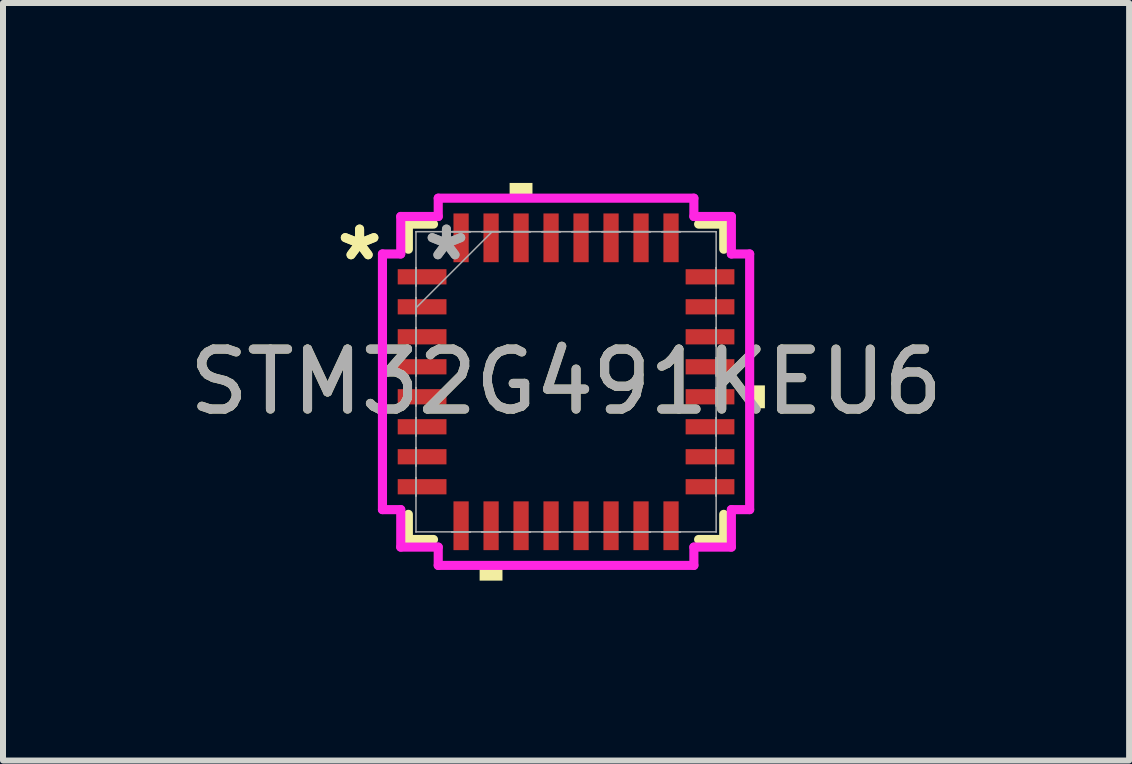
<source format=kicad_pcb>
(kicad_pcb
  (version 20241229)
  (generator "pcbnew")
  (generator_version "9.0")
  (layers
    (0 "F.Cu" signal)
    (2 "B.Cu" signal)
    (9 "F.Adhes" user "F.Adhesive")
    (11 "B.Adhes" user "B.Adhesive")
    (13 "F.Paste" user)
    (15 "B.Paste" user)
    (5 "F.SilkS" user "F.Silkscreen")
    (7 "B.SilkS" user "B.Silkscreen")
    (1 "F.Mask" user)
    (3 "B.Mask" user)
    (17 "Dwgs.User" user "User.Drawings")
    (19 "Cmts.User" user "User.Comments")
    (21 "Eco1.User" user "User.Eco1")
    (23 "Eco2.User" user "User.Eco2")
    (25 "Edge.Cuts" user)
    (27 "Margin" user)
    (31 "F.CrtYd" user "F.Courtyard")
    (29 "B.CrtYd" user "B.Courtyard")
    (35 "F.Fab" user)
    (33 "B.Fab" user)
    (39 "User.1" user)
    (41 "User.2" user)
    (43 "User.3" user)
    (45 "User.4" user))
  (footprint "STM32G491KEU6"
    (layer "F.Cu")
    (at 6.387 3.315)
    (property "Reference" "STM32G491KEU6" (at 0 0 0) (unlocked yes) (layer "F.SilkS") (effects (font (size 1 1) (thickness 0.15))))
    (attr smd)
    (fp_line (start -2.629 -2.629) (end -2.629 -2.21) (stroke (width 0.152) (type solid)) (layer "F.SilkS"))
    (fp_line (start -2.629 2.21) (end -2.629 2.629) (stroke (width 0.152) (type solid)) (layer "F.SilkS"))
    (fp_line (start -2.629 2.629) (end -2.21 2.629) (stroke (width 0.152) (type solid)) (layer "F.SilkS"))
    (fp_line (start -2.21 -2.629) (end -2.629 -2.629) (stroke (width 0.152) (type solid)) (layer "F.SilkS"))
    (fp_line (start 2.21 2.629) (end 2.629 2.629) (stroke (width 0.152) (type solid)) (layer "F.SilkS"))
    (fp_line (start 2.629 -2.629) (end 2.21 -2.629) (stroke (width 0.152) (type solid)) (layer "F.SilkS"))
    (fp_line (start 2.629 -2.21) (end 2.629 -2.629) (stroke (width 0.152) (type solid)) (layer "F.SilkS"))
    (fp_line (start 2.629 2.629) (end 2.629 2.21) (stroke (width 0.152) (type solid)) (layer "F.SilkS"))
    (fp_poly (pts (xy -1.441 3.061) (xy -1.441 3.315) (xy -1.06 3.315) (xy -1.06 3.061)) (stroke (width 0) (type solid)) (fill yes) (layer "F.SilkS"))
    (fp_poly (pts (xy -0.941 -3.061) (xy -0.941 -3.315) (xy -0.56 -3.315) (xy -0.56 -3.061)) (stroke (width 0) (type solid)) (fill yes) (layer "F.SilkS"))
    (fp_poly (pts (xy 3.315 0.06) (xy 3.315 0.441) (xy 3.061 0.441) (xy 3.061 0.06)) (stroke (width 0) (type solid)) (fill yes) (layer "F.SilkS"))
    (fp_line (start -3.061 -2.131) (end -2.756 -2.131) (stroke (width 0.152) (type solid)) (layer "F.CrtYd"))
    (fp_line (start -3.061 2.131) (end -3.061 -2.131) (stroke (width 0.152) (type solid)) (layer "F.CrtYd"))
    (fp_line (start -2.756 -2.756) (end -2.131 -2.756) (stroke (width 0.152) (type solid)) (layer "F.CrtYd"))
    (fp_line (start -2.756 -2.131) (end -2.756 -2.756) (stroke (width 0.152) (type solid)) (layer "F.CrtYd"))
    (fp_line (start -2.756 2.131) (end -3.061 2.131) (stroke (width 0.152) (type solid)) (layer "F.CrtYd"))
    (fp_line (start -2.756 2.756) (end -2.756 2.131) (stroke (width 0.152) (type solid)) (layer "F.CrtYd"))
    (fp_line (start -2.131 -3.061) (end 2.131 -3.061) (stroke (width 0.152) (type solid)) (layer "F.CrtYd"))
    (fp_line (start -2.131 -2.756) (end -2.131 -3.061) (stroke (width 0.152) (type solid)) (layer "F.CrtYd"))
    (fp_line (start -2.131 2.756) (end -2.756 2.756) (stroke (width 0.152) (type solid)) (layer "F.CrtYd"))
    (fp_line (start -2.131 3.061) (end -2.131 2.756) (stroke (width 0.152) (type solid)) (layer "F.CrtYd"))
    (fp_line (start 2.131 -3.061) (end 2.131 -2.756) (stroke (width 0.152) (type solid)) (layer "F.CrtYd"))
    (fp_line (start 2.131 -2.756) (end 2.756 -2.756) (stroke (width 0.152) (type solid)) (layer "F.CrtYd"))
    (fp_line (start 2.131 2.756) (end 2.131 3.061) (stroke (width 0.152) (type solid)) (layer "F.CrtYd"))
    (fp_line (start 2.131 3.061) (end -2.131 3.061) (stroke (width 0.152) (type solid)) (layer "F.CrtYd"))
    (fp_line (start 2.756 -2.756) (end 2.756 -2.131) (stroke (width 0.152) (type solid)) (layer "F.CrtYd"))
    (fp_line (start 2.756 -2.131) (end 3.061 -2.131) (stroke (width 0.152) (type solid)) (layer "F.CrtYd"))
    (fp_line (start 2.756 2.131) (end 2.756 2.756) (stroke (width 0.152) (type solid)) (layer "F.CrtYd"))
    (fp_line (start 2.756 2.756) (end 2.131 2.756) (stroke (width 0.152) (type solid)) (layer "F.CrtYd"))
    (fp_line (start 3.061 -2.131) (end 3.061 2.131) (stroke (width 0.152) (type solid)) (layer "F.CrtYd"))
    (fp_line (start 3.061 2.131) (end 2.756 2.131) (stroke (width 0.152) (type solid)) (layer "F.CrtYd"))
    (fp_line (start -2.502 -2.502) (end -2.502 -2.502) (stroke (width 0.025) (type solid)) (layer "F.Fab"))
    (fp_line (start -2.502 -2.502) (end -2.502 2.502) (stroke (width 0.025) (type solid)) (layer "F.Fab"))
    (fp_line (start -2.502 -1.903) (end -2.502 -1.903) (stroke (width 0.025) (type solid)) (layer "F.Fab"))
    (fp_line (start -2.502 -1.903) (end -2.502 -1.598) (stroke (width 0.025) (type solid)) (layer "F.Fab"))
    (fp_line (start -2.502 -1.598) (end -2.502 -1.903) (stroke (width 0.025) (type solid)) (layer "F.Fab"))
    (fp_line (start -2.502 -1.598) (end -2.502 -1.598) (stroke (width 0.025) (type solid)) (layer "F.Fab"))
    (fp_line (start -2.502 -1.403) (end -2.502 -1.403) (stroke (width 0.025) (type solid)) (layer "F.Fab"))
    (fp_line (start -2.502 -1.403) (end -2.502 -1.098) (stroke (width 0.025) (type solid)) (layer "F.Fab"))
    (fp_line (start -2.502 -1.232) (end -1.232 -2.502) (stroke (width 0.025) (type solid)) (layer "F.Fab"))
    (fp_line (start -2.502 -1.098) (end -2.502 -1.403) (stroke (width 0.025) (type solid)) (layer "F.Fab"))
    (fp_line (start -2.502 -1.098) (end -2.502 -1.098) (stroke (width 0.025) (type solid)) (layer "F.Fab"))
    (fp_line (start -2.502 -0.903) (end -2.502 -0.903) (stroke (width 0.025) (type solid)) (layer "F.Fab"))
    (fp_line (start -2.502 -0.903) (end -2.502 -0.598) (stroke (width 0.025) (type solid)) (layer "F.Fab"))
    (fp_line (start -2.502 -0.598) (end -2.502 -0.903) (stroke (width 0.025) (type solid)) (layer "F.Fab"))
    (fp_line (start -2.502 -0.598) (end -2.502 -0.598) (stroke (width 0.025) (type solid)) (layer "F.Fab"))
    (fp_line (start -2.502 -0.402) (end -2.502 -0.402) (stroke (width 0.025) (type solid)) (layer "F.Fab"))
    (fp_line (start -2.502 -0.402) (end -2.502 -0.098) (stroke (width 0.025) (type solid)) (layer "F.Fab"))
    (fp_line (start -2.502 -0.098) (end -2.502 -0.402) (stroke (width 0.025) (type solid)) (layer "F.Fab"))
    (fp_line (start -2.502 -0.098) (end -2.502 -0.098) (stroke (width 0.025) (type solid)) (layer "F.Fab"))
    (fp_line (start -2.502 0.098) (end -2.502 0.098) (stroke (width 0.025) (type solid)) (layer "F.Fab"))
    (fp_line (start -2.502 0.098) (end -2.502 0.402) (stroke (width 0.025) (type solid)) (layer "F.Fab"))
    (fp_line (start -2.502 0.402) (end -2.502 0.098) (stroke (width 0.025) (type solid)) (layer "F.Fab"))
    (fp_line (start -2.502 0.402) (end -2.502 0.402) (stroke (width 0.025) (type solid)) (layer "F.Fab"))
    (fp_line (start -2.502 0.598) (end -2.502 0.598) (stroke (width 0.025) (type solid)) (layer "F.Fab"))
    (fp_line (start -2.502 0.598) (end -2.502 0.903) (stroke (width 0.025) (type solid)) (layer "F.Fab"))
    (fp_line (start -2.502 0.903) (end -2.502 0.598) (stroke (width 0.025) (type solid)) (layer "F.Fab"))
    (fp_line (start -2.502 0.903) (end -2.502 0.903) (stroke (width 0.025) (type solid)) (layer "F.Fab"))
    (fp_line (start -2.502 1.098) (end -2.502 1.098) (stroke (width 0.025) (type solid)) (layer "F.Fab"))
    (fp_line (start -2.502 1.098) (end -2.502 1.403) (stroke (width 0.025) (type solid)) (layer "F.Fab"))
    (fp_line (start -2.502 1.403) (end -2.502 1.098) (stroke (width 0.025) (type solid)) (layer "F.Fab"))
    (fp_line (start -2.502 1.403) (end -2.502 1.403) (stroke (width 0.025) (type solid)) (layer "F.Fab"))
    (fp_line (start -2.502 1.598) (end -2.502 1.598) (stroke (width 0.025) (type solid)) (layer "F.Fab"))
    (fp_line (start -2.502 1.598) (end -2.502 1.903) (stroke (width 0.025) (type solid)) (layer "F.Fab"))
    (fp_line (start -2.502 1.903) (end -2.502 1.598) (stroke (width 0.025) (type solid)) (layer "F.Fab"))
    (fp_line (start -2.502 1.903) (end -2.502 1.903) (stroke (width 0.025) (type solid)) (layer "F.Fab"))
    (fp_line (start -2.502 2.502) (end -2.502 2.502) (stroke (width 0.025) (type solid)) (layer "F.Fab"))
    (fp_line (start -2.502 2.502) (end 2.502 2.502) (stroke (width 0.025) (type solid)) (layer "F.Fab"))
    (fp_line (start -1.903 -2.502) (end -1.903 -2.502) (stroke (width 0.025) (type solid)) (layer "F.Fab"))
    (fp_line (start -1.903 -2.502) (end -1.598 -2.502) (stroke (width 0.025) (type solid)) (layer "F.Fab"))
    (fp_line (start -1.903 2.502) (end -1.903 2.502) (stroke (width 0.025) (type solid)) (layer "F.Fab"))
    (fp_line (start -1.903 2.502) (end -1.598 2.502) (stroke (width 0.025) (type solid)) (layer "F.Fab"))
    (fp_line (start -1.598 -2.502) (end -1.903 -2.502) (stroke (width 0.025) (type solid)) (layer "F.Fab"))
    (fp_line (start -1.598 -2.502) (end -1.598 -2.502) (stroke (width 0.025) (type solid)) (layer "F.Fab"))
    (fp_line (start -1.598 2.502) (end -1.903 2.502) (stroke (width 0.025) (type solid)) (layer "F.Fab"))
    (fp_line (start -1.598 2.502) (end -1.598 2.502) (stroke (width 0.025) (type solid)) (layer "F.Fab"))
    (fp_line (start -1.403 -2.502) (end -1.403 -2.502) (stroke (width 0.025) (type solid)) (layer "F.Fab"))
    (fp_line (start -1.403 -2.502) (end -1.098 -2.502) (stroke (width 0.025) (type solid)) (layer "F.Fab"))
    (fp_line (start -1.403 2.502) (end -1.403 2.502) (stroke (width 0.025) (type solid)) (layer "F.Fab"))
    (fp_line (start -1.403 2.502) (end -1.098 2.502) (stroke (width 0.025) (type solid)) (layer "F.Fab"))
    (fp_line (start -1.098 -2.502) (end -1.403 -2.502) (stroke (width 0.025) (type solid)) (layer "F.Fab"))
    (fp_line (start -1.098 -2.502) (end -1.098 -2.502) (stroke (width 0.025) (type solid)) (layer "F.Fab"))
    (fp_line (start -1.098 2.502) (end -1.403 2.502) (stroke (width 0.025) (type solid)) (layer "F.Fab"))
    (fp_line (start -1.098 2.502) (end -1.098 2.502) (stroke (width 0.025) (type solid)) (layer "F.Fab"))
    (fp_line (start -0.903 -2.502) (end -0.903 -2.502) (stroke (width 0.025) (type solid)) (layer "F.Fab"))
    (fp_line (start -0.903 -2.502) (end -0.598 -2.502) (stroke (width 0.025) (type solid)) (layer "F.Fab"))
    (fp_line (start -0.903 2.502) (end -0.903 2.502) (stroke (width 0.025) (type solid)) (layer "F.Fab"))
    (fp_line (start -0.903 2.502) (end -0.598 2.502) (stroke (width 0.025) (type solid)) (layer "F.Fab"))
    (fp_line (start -0.598 -2.502) (end -0.903 -2.502) (stroke (width 0.025) (type solid)) (layer "F.Fab"))
    (fp_line (start -0.598 -2.502) (end -0.598 -2.502) (stroke (width 0.025) (type solid)) (layer "F.Fab"))
    (fp_line (start -0.598 2.502) (end -0.903 2.502) (stroke (width 0.025) (type solid)) (layer "F.Fab"))
    (fp_line (start -0.598 2.502) (end -0.598 2.502) (stroke (width 0.025) (type solid)) (layer "F.Fab"))
    (fp_line (start -0.402 -2.502) (end -0.402 -2.502) (stroke (width 0.025) (type solid)) (layer "F.Fab"))
    (fp_line (start -0.402 -2.502) (end -0.098 -2.502) (stroke (width 0.025) (type solid)) (layer "F.Fab"))
    (fp_line (start -0.402 2.502) (end -0.402 2.502) (stroke (width 0.025) (type solid)) (layer "F.Fab"))
    (fp_line (start -0.402 2.502) (end -0.098 2.502) (stroke (width 0.025) (type solid)) (layer "F.Fab"))
    (fp_line (start -0.098 -2.502) (end -0.402 -2.502) (stroke (width 0.025) (type solid)) (layer "F.Fab"))
    (fp_line (start -0.098 -2.502) (end -0.098 -2.502) (stroke (width 0.025) (type solid)) (layer "F.Fab"))
    (fp_line (start -0.098 2.502) (end -0.402 2.502) (stroke (width 0.025) (type solid)) (layer "F.Fab"))
    (fp_line (start -0.098 2.502) (end -0.098 2.502) (stroke (width 0.025) (type solid)) (layer "F.Fab"))
    (fp_line (start 0.098 -2.502) (end 0.098 -2.502) (stroke (width 0.025) (type solid)) (layer "F.Fab"))
    (fp_line (start 0.098 -2.502) (end 0.402 -2.502) (stroke (width 0.025) (type solid)) (layer "F.Fab"))
    (fp_line (start 0.098 2.502) (end 0.098 2.502) (stroke (width 0.025) (type solid)) (layer "F.Fab"))
    (fp_line (start 0.098 2.502) (end 0.402 2.502) (stroke (width 0.025) (type solid)) (layer "F.Fab"))
    (fp_line (start 0.402 -2.502) (end 0.098 -2.502) (stroke (width 0.025) (type solid)) (layer "F.Fab"))
    (fp_line (start 0.402 -2.502) (end 0.402 -2.502) (stroke (width 0.025) (type solid)) (layer "F.Fab"))
    (fp_line (start 0.402 2.502) (end 0.098 2.502) (stroke (width 0.025) (type solid)) (layer "F.Fab"))
    (fp_line (start 0.402 2.502) (end 0.402 2.502) (stroke (width 0.025) (type solid)) (layer "F.Fab"))
    (fp_line (start 0.598 -2.502) (end 0.598 -2.502) (stroke (width 0.025) (type solid)) (layer "F.Fab"))
    (fp_line (start 0.598 -2.502) (end 0.903 -2.502) (stroke (width 0.025) (type solid)) (layer "F.Fab"))
    (fp_line (start 0.598 2.502) (end 0.598 2.502) (stroke (width 0.025) (type solid)) (layer "F.Fab"))
    (fp_line (start 0.598 2.502) (end 0.903 2.502) (stroke (width 0.025) (type solid)) (layer "F.Fab"))
    (fp_line (start 0.903 -2.502) (end 0.598 -2.502) (stroke (width 0.025) (type solid)) (layer "F.Fab"))
    (fp_line (start 0.903 -2.502) (end 0.903 -2.502) (stroke (width 0.025) (type solid)) (layer "F.Fab"))
    (fp_line (start 0.903 2.502) (end 0.598 2.502) (stroke (width 0.025) (type solid)) (layer "F.Fab"))
    (fp_line (start 0.903 2.502) (end 0.903 2.502) (stroke (width 0.025) (type solid)) (layer "F.Fab"))
    (fp_line (start 1.098 -2.502) (end 1.098 -2.502) (stroke (width 0.025) (type solid)) (layer "F.Fab"))
    (fp_line (start 1.098 -2.502) (end 1.403 -2.502) (stroke (width 0.025) (type solid)) (layer "F.Fab"))
    (fp_line (start 1.098 2.502) (end 1.098 2.502) (stroke (width 0.025) (type solid)) (layer "F.Fab"))
    (fp_line (start 1.098 2.502) (end 1.403 2.502) (stroke (width 0.025) (type solid)) (layer "F.Fab"))
    (fp_line (start 1.403 -2.502) (end 1.098 -2.502) (stroke (width 0.025) (type solid)) (layer "F.Fab"))
    (fp_line (start 1.403 -2.502) (end 1.403 -2.502) (stroke (width 0.025) (type solid)) (layer "F.Fab"))
    (fp_line (start 1.403 2.502) (end 1.098 2.502) (stroke (width 0.025) (type solid)) (layer "F.Fab"))
    (fp_line (start 1.403 2.502) (end 1.403 2.502) (stroke (width 0.025) (type solid)) (layer "F.Fab"))
    (fp_line (start 1.598 -2.502) (end 1.598 -2.502) (stroke (width 0.025) (type solid)) (layer "F.Fab"))
    (fp_line (start 1.598 -2.502) (end 1.903 -2.502) (stroke (width 0.025) (type solid)) (layer "F.Fab"))
    (fp_line (start 1.598 2.502) (end 1.598 2.502) (stroke (width 0.025) (type solid)) (layer "F.Fab"))
    (fp_line (start 1.598 2.502) (end 1.903 2.502) (stroke (width 0.025) (type solid)) (layer "F.Fab"))
    (fp_line (start 1.903 -2.502) (end 1.598 -2.502) (stroke (width 0.025) (type solid)) (layer "F.Fab"))
    (fp_line (start 1.903 -2.502) (end 1.903 -2.502) (stroke (width 0.025) (type solid)) (layer "F.Fab"))
    (fp_line (start 1.903 2.502) (end 1.598 2.502) (stroke (width 0.025) (type solid)) (layer "F.Fab"))
    (fp_line (start 1.903 2.502) (end 1.903 2.502) (stroke (width 0.025) (type solid)) (layer "F.Fab"))
    (fp_line (start 2.502 -2.502) (end -2.502 -2.502) (stroke (width 0.025) (type solid)) (layer "F.Fab"))
    (fp_line (start 2.502 -2.502) (end 2.502 -2.502) (stroke (width 0.025) (type solid)) (layer "F.Fab"))
    (fp_line (start 2.502 -1.903) (end 2.502 -1.903) (stroke (width 0.025) (type solid)) (layer "F.Fab"))
    (fp_line (start 2.502 -1.903) (end 2.502 -1.598) (stroke (width 0.025) (type solid)) (layer "F.Fab"))
    (fp_line (start 2.502 -1.598) (end 2.502 -1.903) (stroke (width 0.025) (type solid)) (layer "F.Fab"))
    (fp_line (start 2.502 -1.598) (end 2.502 -1.598) (stroke (width 0.025) (type solid)) (layer "F.Fab"))
    (fp_line (start 2.502 -1.403) (end 2.502 -1.403) (stroke (width 0.025) (type solid)) (layer "F.Fab"))
    (fp_line (start 2.502 -1.403) (end 2.502 -1.098) (stroke (width 0.025) (type solid)) (layer "F.Fab"))
    (fp_line (start 2.502 -1.098) (end 2.502 -1.403) (stroke (width 0.025) (type solid)) (layer "F.Fab"))
    (fp_line (start 2.502 -1.098) (end 2.502 -1.098) (stroke (width 0.025) (type solid)) (layer "F.Fab"))
    (fp_line (start 2.502 -0.903) (end 2.502 -0.903) (stroke (width 0.025) (type solid)) (layer "F.Fab"))
    (fp_line (start 2.502 -0.903) (end 2.502 -0.598) (stroke (width 0.025) (type solid)) (layer "F.Fab"))
    (fp_line (start 2.502 -0.598) (end 2.502 -0.903) (stroke (width 0.025) (type solid)) (layer "F.Fab"))
    (fp_line (start 2.502 -0.598) (end 2.502 -0.598) (stroke (width 0.025) (type solid)) (layer "F.Fab"))
    (fp_line (start 2.502 -0.402) (end 2.502 -0.402) (stroke (width 0.025) (type solid)) (layer "F.Fab"))
    (fp_line (start 2.502 -0.402) (end 2.502 -0.098) (stroke (width 0.025) (type solid)) (layer "F.Fab"))
    (fp_line (start 2.502 -0.098) (end 2.502 -0.402) (stroke (width 0.025) (type solid)) (layer "F.Fab"))
    (fp_line (start 2.502 -0.098) (end 2.502 -0.098) (stroke (width 0.025) (type solid)) (layer "F.Fab"))
    (fp_line (start 2.502 0.098) (end 2.502 0.098) (stroke (width 0.025) (type solid)) (layer "F.Fab"))
    (fp_line (start 2.502 0.098) (end 2.502 0.402) (stroke (width 0.025) (type solid)) (layer "F.Fab"))
    (fp_line (start 2.502 0.402) (end 2.502 0.098) (stroke (width 0.025) (type solid)) (layer "F.Fab"))
    (fp_line (start 2.502 0.402) (end 2.502 0.402) (stroke (width 0.025) (type solid)) (layer "F.Fab"))
    (fp_line (start 2.502 0.598) (end 2.502 0.598) (stroke (width 0.025) (type solid)) (layer "F.Fab"))
    (fp_line (start 2.502 0.598) (end 2.502 0.903) (stroke (width 0.025) (type solid)) (layer "F.Fab"))
    (fp_line (start 2.502 0.903) (end 2.502 0.598) (stroke (width 0.025) (type solid)) (layer "F.Fab"))
    (fp_line (start 2.502 0.903) (end 2.502 0.903) (stroke (width 0.025) (type solid)) (layer "F.Fab"))
    (fp_line (start 2.502 1.098) (end 2.502 1.098) (stroke (width 0.025) (type solid)) (layer "F.Fab"))
    (fp_line (start 2.502 1.098) (end 2.502 1.403) (stroke (width 0.025) (type solid)) (layer "F.Fab"))
    (fp_line (start 2.502 1.403) (end 2.502 1.098) (stroke (width 0.025) (type solid)) (layer "F.Fab"))
    (fp_line (start 2.502 1.403) (end 2.502 1.403) (stroke (width 0.025) (type solid)) (layer "F.Fab"))
    (fp_line (start 2.502 1.598) (end 2.502 1.598) (stroke (width 0.025) (type solid)) (layer "F.Fab"))
    (fp_line (start 2.502 1.598) (end 2.502 1.903) (stroke (width 0.025) (type solid)) (layer "F.Fab"))
    (fp_line (start 2.502 1.903) (end 2.502 1.598) (stroke (width 0.025) (type solid)) (layer "F.Fab"))
    (fp_line (start 2.502 1.903) (end 2.502 1.903) (stroke (width 0.025) (type solid)) (layer "F.Fab"))
    (fp_line (start 2.502 2.502) (end 2.502 -2.502) (stroke (width 0.025) (type solid)) (layer "F.Fab"))
    (fp_line (start 2.502 2.502) (end 2.502 2.502) (stroke (width 0.025) (type solid)) (layer "F.Fab"))
    (fp_text user "*" (at -3.442 -2.001 0) (layer "F.SilkS") (effects (font (size 1 1) (thickness 0.15))))
    (fp_text user "*" (at -3.442 -2.001 0) (unlocked yes) (layer "F.SilkS") (effects (font (size 1 1) (thickness 0.15))))
    (fp_text user "${REFERENCE}" (at 0 0 0) (unlocked yes) (layer "F.Fab") (effects (font (size 1 1) (thickness 0.15))))
    (fp_text user "*" (at -1.994 -2.001 0) (layer "F.Fab") (effects (font (size 1 1) (thickness 0.15))))
    (fp_text user "*" (at -1.994 -2.001 0) (unlocked yes) (layer "F.Fab") (effects (font (size 1 1) (thickness 0.15))))
    (pad "1" smd rect (at -2.4 -1.75 90) (size 0.254 0.813) (layers "F.Cu" "F.Mask" "F.Paste"))
    (pad "2" smd rect (at -2.4 -1.25 90) (size 0.254 0.813) (layers "F.Cu" "F.Mask" "F.Paste"))
    (pad "3" smd rect (at -2.4 -0.75 90) (size 0.254 0.813) (layers "F.Cu" "F.Mask" "F.Paste"))
    (pad "4" smd rect (at -2.4 -0.25 90) (size 0.254 0.813) (layers "F.Cu" "F.Mask" "F.Paste"))
    (pad "5" smd rect (at -2.4 0.25 90) (size 0.254 0.813) (layers "F.Cu" "F.Mask" "F.Paste"))
    (pad "6" smd rect (at -2.4 0.75 90) (size 0.254 0.813) (layers "F.Cu" "F.Mask" "F.Paste"))
    (pad "7" smd rect (at -2.4 1.25 90) (size 0.254 0.813) (layers "F.Cu" "F.Mask" "F.Paste"))
    (pad "8" smd rect (at -2.4 1.75 90) (size 0.254 0.813) (layers "F.Cu" "F.Mask" "F.Paste"))
    (pad "9" smd rect (at -1.75 2.4) (size 0.254 0.813) (layers "F.Cu" "F.Mask" "F.Paste"))
    (pad "10" smd rect (at -1.25 2.4) (size 0.254 0.813) (layers "F.Cu" "F.Mask" "F.Paste"))
    (pad "11" smd rect (at -0.75 2.4) (size 0.254 0.813) (layers "F.Cu" "F.Mask" "F.Paste"))
    (pad "12" smd rect (at -0.25 2.4) (size 0.254 0.813) (layers "F.Cu" "F.Mask" "F.Paste"))
    (pad "13" smd rect (at 0.25 2.4) (size 0.254 0.813) (layers "F.Cu" "F.Mask" "F.Paste"))
    (pad "14" smd rect (at 0.75 2.4) (size 0.254 0.813) (layers "F.Cu" "F.Mask" "F.Paste"))
    (pad "15" smd rect (at 1.25 2.4) (size 0.254 0.813) (layers "F.Cu" "F.Mask" "F.Paste"))
    (pad "16" smd rect (at 1.75 2.4) (size 0.254 0.813) (layers "F.Cu" "F.Mask" "F.Paste"))
    (pad "17" smd rect (at 2.4 1.75 90) (size 0.254 0.813) (layers "F.Cu" "F.Mask" "F.Paste"))
    (pad "18" smd rect (at 2.4 1.25 90) (size 0.254 0.813) (layers "F.Cu" "F.Mask" "F.Paste"))
    (pad "19" smd rect (at 2.4 0.75 90) (size 0.254 0.813) (layers "F.Cu" "F.Mask" "F.Paste"))
    (pad "20" smd rect (at 2.4 0.25 90) (size 0.254 0.813) (layers "F.Cu" "F.Mask" "F.Paste"))
    (pad "21" smd rect (at 2.4 -0.25 90) (size 0.254 0.813) (layers "F.Cu" "F.Mask" "F.Paste"))
    (pad "22" smd rect (at 2.4 -0.75 90) (size 0.254 0.813) (layers "F.Cu" "F.Mask" "F.Paste"))
    (pad "23" smd rect (at 2.4 -1.25 90) (size 0.254 0.813) (layers "F.Cu" "F.Mask" "F.Paste"))
    (pad "24" smd rect (at 2.4 -1.75 90) (size 0.254 0.813) (layers "F.Cu" "F.Mask" "F.Paste"))
    (pad "25" smd rect (at 1.75 -2.4) (size 0.254 0.813) (layers "F.Cu" "F.Mask" "F.Paste"))
    (pad "26" smd rect (at 1.25 -2.4) (size 0.254 0.813) (layers "F.Cu" "F.Mask" "F.Paste"))
    (pad "27" smd rect (at 0.75 -2.4) (size 0.254 0.813) (layers "F.Cu" "F.Mask" "F.Paste"))
    (pad "28" smd rect (at 0.25 -2.4) (size 0.254 0.813) (layers "F.Cu" "F.Mask" "F.Paste"))
    (pad "29" smd rect (at -0.25 -2.4) (size 0.254 0.813) (layers "F.Cu" "F.Mask" "F.Paste"))
    (pad "30" smd rect (at -0.75 -2.4) (size 0.254 0.813) (layers "F.Cu" "F.Mask" "F.Paste"))
    (pad "31" smd rect (at -1.25 -2.4) (size 0.254 0.813) (layers "F.Cu" "F.Mask" "F.Paste"))
    (pad "32" smd rect (at -1.75 -2.4) (size 0.254 0.813) (layers "F.Cu" "F.Mask" "F.Paste")))
  (gr_rect
    (start -3 -3)
    (end 15.774 9.629)
    (stroke (width 0.1) (type default))
    (fill no)
    (layer "Edge.Cuts")))
</source>
